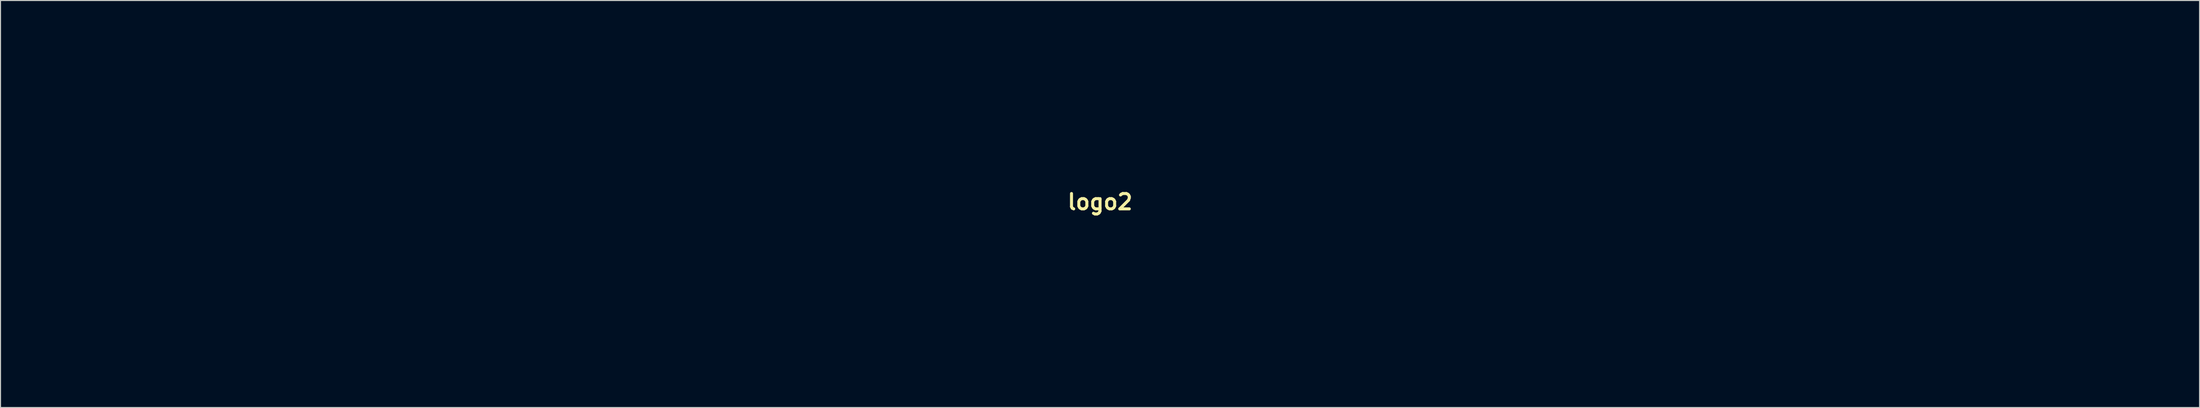
<source format=kicad_pcb>
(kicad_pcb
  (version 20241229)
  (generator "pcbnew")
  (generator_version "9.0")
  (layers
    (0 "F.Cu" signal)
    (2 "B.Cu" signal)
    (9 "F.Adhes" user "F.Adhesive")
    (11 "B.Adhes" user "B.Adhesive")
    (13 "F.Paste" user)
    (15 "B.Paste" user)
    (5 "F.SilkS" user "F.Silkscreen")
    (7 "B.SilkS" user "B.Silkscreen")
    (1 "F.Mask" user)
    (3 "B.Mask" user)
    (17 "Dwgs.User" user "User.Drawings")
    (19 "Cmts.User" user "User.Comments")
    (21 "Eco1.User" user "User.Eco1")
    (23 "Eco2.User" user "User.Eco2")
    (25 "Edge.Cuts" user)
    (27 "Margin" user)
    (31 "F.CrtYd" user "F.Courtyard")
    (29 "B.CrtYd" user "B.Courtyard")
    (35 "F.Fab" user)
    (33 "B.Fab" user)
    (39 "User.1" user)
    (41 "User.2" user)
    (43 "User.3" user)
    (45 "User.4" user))
  (footprint "logo2"
    (layer "F.Cu")
    (at 106.072 16.993)
    (property "Reference" "logo2" (at 0 0 0) (layer "F.SilkS") (effects (font (size 1.524 1.524) (thickness 0.3))))
    (attr board_only exclude_from_pos_files exclude_from_bom)
    (fp_poly (pts (xy -62.248 5.724) (xy -64.037 5.724) (xy -64.037 -3.577) (xy -62.248 -3.577)) (stroke (width 0) (type solid)) (fill yes) (layer "F.Mask"))
    (fp_poly (pts (xy -63.237 -7.091) (xy -62.57 -6.737) (xy -62.286 -6.105) (xy -62.478 -5.48) (xy -62.66 -5.325) (xy -63.319 -5.04) (xy -63.825 -5.307) (xy -64.033 -5.541) (xy -64.324 -6.285) (xy -64.056 -6.884) (xy -63.35 -7.102)) (stroke (width 0) (type solid)) (fill yes) (layer "F.Mask"))
    (fp_poly (pts (xy 64.394 4.293) (xy 67.077 4.293) (xy 68.449 4.31) (xy 69.254 4.387) (xy 69.64 4.564) (xy 69.756 4.88) (xy 69.761 5.008) (xy 69.711 5.334) (xy 69.478 5.543) (xy 68.93 5.66) (xy 67.939 5.712) (xy 66.375 5.724) (xy 66.183 5.724) (xy 62.606 5.724) (xy 62.606 -7.155) (xy 64.394 -7.155)) (stroke (width 0) (type solid)) (fill yes) (layer "F.Mask"))
    (fp_poly (pts (xy 12.273 -7.149) (xy 13.57 -7.119) (xy 14.38 -7.048) (xy 14.817 -6.917) (xy 14.994 -6.711) (xy 15.025 -6.439) (xy 14.94 -6.026) (xy 14.571 -5.811) (xy 13.748 -5.732) (xy 13.058 -5.724) (xy 11.09 -5.724) (xy 11.09 5.724) (xy 9.301 5.724) (xy 9.301 -5.724) (xy 7.513 -5.724) (xy 6.44 -5.762) (xy 5.905 -5.922) (xy 5.732 -6.274) (xy 5.724 -6.439) (xy 5.763 -6.732) (xy 5.958 -6.931) (xy 6.421 -7.056) (xy 7.267 -7.123) (xy 8.61 -7.15) (xy 10.375 -7.155)) (stroke (width 0) (type solid)) (fill yes) (layer "F.Mask"))
    (fp_poly (pts (xy 19.562 -3.333) (xy 19.656 -2.787) (xy 19.374 -2.223) (xy 18.963 -1.968) (xy 18.158 -1.615) (xy 17.632 -1.072) (xy 17.33 -0.201) (xy 17.196 1.139) (xy 17.172 2.53) (xy 17.165 4.047) (xy 17.117 4.986) (xy 16.99 5.487) (xy 16.746 5.687) (xy 16.345 5.724) (xy 16.277 5.724) (xy 15.383 5.724) (xy 15.383 1.073) (xy 15.389 -0.825) (xy 15.419 -2.123) (xy 15.49 -2.932) (xy 15.621 -3.369) (xy 15.827 -3.546) (xy 16.099 -3.577) (xy 16.685 -3.337) (xy 16.814 -2.8) (xy 16.814 -2.022) (xy 17.642 -2.8) (xy 18.41 -3.353) (xy 19.073 -3.577)) (stroke (width 0) (type solid)) (fill yes) (layer "F.Mask"))
    (fp_poly (pts (xy -88.931 -7.079) (xy -87.494 -6.966) (xy -86.616 -6.808) (xy -85.021 -6.055) (xy -83.845 -4.852) (xy -83.085 -3.328) (xy -82.739 -1.612) (xy -82.803 0.169) (xy -83.274 1.886) (xy -84.15 3.411) (xy -85.426 4.615) (xy -86.906 5.316) (xy -88.006 5.534) (xy -89.463 5.682) (xy -90.649 5.724) (xy -93.031 5.724) (xy -93.009 4.293) (xy -91.225 4.293) (xy -89.49 4.293) (xy -87.765 4.066) (xy -86.538 3.476) (xy -85.398 2.327) (xy -84.706 0.833) (xy -84.463 -0.827) (xy -84.669 -2.478) (xy -85.323 -3.94) (xy -86.425 -5.039) (xy -86.546 -5.114) (xy -87.671 -5.525) (xy -89.123 -5.718) (xy -89.402 -5.724) (xy -91.225 -5.724) (xy -91.225 4.293) (xy -93.009 4.293) (xy -92.933 -0.626) (xy -92.835 -6.976) (xy -90.429 -7.082)) (stroke (width 0) (type solid)) (fill yes) (layer "F.Mask"))
    (fp_poly (pts (xy 36.371 -3.531) (xy 37.752 -2.971) (xy 38.871 -1.973) (xy 39.623 -0.628) (xy 39.902 0.972) (xy 39.644 2.618) (xy 38.833 4.092) (xy 37.579 5.126) (xy 36.046 5.654) (xy 34.4 5.612) (xy 33.185 5.164) (xy 32.063 4.184) (xy 31.383 2.822) (xy 31.145 1.258) (xy 31.189 0.914) (xy 32.913 0.914) (xy 33.165 2.486) (xy 33.874 3.615) (xy 34.972 4.217) (xy 35.627 4.293) (xy 36.57 4.159) (xy 37.238 3.632) (xy 37.587 3.13) (xy 38.137 1.758) (xy 38.171 0.387) (xy 37.753 -0.826) (xy 36.942 -1.719) (xy 35.802 -2.135) (xy 35.554 -2.146) (xy 34.255 -1.847) (xy 33.367 -0.989) (xy 32.942 0.365) (xy 32.913 0.914) (xy 31.189 0.914) (xy 31.348 -0.33) (xy 31.989 -1.762) (xy 33.069 -2.858) (xy 33.242 -2.967) (xy 34.832 -3.56)) (stroke (width 0) (type solid)) (fill yes) (layer "F.Mask"))
    (fp_poly (pts (xy -67.486 -3.483) (xy -66.77 -3.095) (xy -66.541 -2.533) (xy -66.679 -2.155) (xy -67.205 -1.978) (xy -68.24 -1.945) (xy -69.278 -1.918) (xy -69.784 -1.753) (xy -69.936 -1.375) (xy -69.939 -1.252) (xy -69.627 -0.594) (xy -68.662 0.127) (xy -68.247 0.357) (xy -66.885 1.33) (xy -66.159 2.391) (xy -66.01 3.446) (xy -66.381 4.399) (xy -67.216 5.154) (xy -68.458 5.617) (xy -70.05 5.692) (xy -71.301 5.473) (xy -71.795 5.065) (xy -71.832 4.71) (xy -71.625 4.357) (xy -71.072 4.21) (xy -70.001 4.226) (xy -69.878 4.234) (xy -68.769 4.268) (xy -68.168 4.144) (xy -67.874 3.802) (xy -67.804 3.611) (xy -67.702 2.857) (xy -68.039 2.289) (xy -68.924 1.771) (xy -69.444 1.552) (xy -70.716 0.778) (xy -71.437 -0.223) (xy -71.57 -1.319) (xy -71.08 -2.376) (xy -70.607 -2.836) (xy -69.603 -3.368) (xy -68.496 -3.579)) (stroke (width 0) (type solid)) (fill yes) (layer "F.Mask"))
    (fp_poly (pts (xy -48.06 -3.329) (xy -47.938 -2.836) (xy -47.938 -2.095) (xy -46.995 -2.836) (xy -45.664 -3.505) (xy -44.328 -3.497) (xy -43.118 -2.826) (xy -42.783 -2.477) (xy -42.355 -1.916) (xy -42.084 -1.345) (xy -41.934 -0.587) (xy -41.87 0.535) (xy -41.856 2.174) (xy -41.862 3.79) (xy -41.901 4.822) (xy -42.005 5.4) (xy -42.209 5.656) (xy -42.546 5.722) (xy -42.751 5.724) (xy -43.166 5.7) (xy -43.428 5.539) (xy -43.571 5.105) (xy -43.631 4.266) (xy -43.645 2.885) (xy -43.645 2.351) (xy -43.698 0.44) (xy -43.887 -0.863) (xy -44.256 -1.661) (xy -44.849 -2.054) (xy -45.583 -2.146) (xy -46.436 -1.993) (xy -47.021 -1.47) (xy -47.38 -0.486) (xy -47.551 1.049) (xy -47.58 2.443) (xy -47.587 3.984) (xy -47.632 4.947) (xy -47.753 5.467) (xy -47.986 5.68) (xy -48.37 5.724) (xy -48.475 5.724) (xy -49.369 5.724) (xy -49.369 1.073) (xy -49.363 -0.825) (xy -49.333 -2.123) (xy -49.262 -2.932) (xy -49.132 -3.369) (xy -48.925 -3.546) (xy -48.654 -3.577)) (stroke (width 0) (type solid)) (fill yes) (layer "F.Mask"))
    (fp_poly (pts (xy 1.937 -3.528) (xy 2.146 -3.437) (xy 2.022 -3.02) (xy 1.687 -2.081) (xy 1.195 -0.764) (xy 0.603 0.789) (xy -0.034 2.434) (xy -0.662 4.029) (xy -1.225 5.432) (xy -1.666 6.498) (xy -1.925 7.073) (xy -2.501 7.916) (xy -3.314 8.804) (xy -4.167 9.553) (xy -4.866 9.979) (xy -5.047 10.017) (xy -5.451 9.73) (xy -5.614 9.429) (xy -5.505 8.751) (xy -4.878 8.139) (xy -4.006 7.302) (xy -3.388 6.419) (xy -3.184 5.954) (xy -3.11 5.474) (xy -3.195 4.843) (xy -3.468 3.921) (xy -3.958 2.574) (xy -4.471 1.234) (xy -5.086 -0.381) (xy -5.592 -1.758) (xy -5.941 -2.759) (xy -6.081 -3.243) (xy -6.082 -3.255) (xy -5.776 -3.5) (xy -5.217 -3.577) (xy -4.809 -3.514) (xy -4.468 -3.246) (xy -4.125 -2.652) (xy -3.714 -1.614) (xy -3.164 -0.013) (xy -3.153 0.02) (xy -1.954 3.618) (xy -0.775 0.02) (xy -0.232 -1.591) (xy 0.175 -2.637) (xy 0.513 -3.237) (xy 0.85 -3.511) (xy 1.256 -3.577) (xy 1.275 -3.577)) (stroke (width 0) (type solid)) (fill yes) (layer "F.Mask"))
    (fp_poly (pts (xy 28.977 1.073) (xy 28.971 2.972) (xy 28.941 4.269) (xy 28.87 5.079) (xy 28.74 5.515) (xy 28.533 5.692) (xy 28.262 5.724) (xy 27.668 5.475) (xy 27.546 4.982) (xy 27.546 4.241) (xy 26.604 4.982) (xy 25.33 5.59) (xy 23.916 5.664) (xy 22.649 5.189) (xy 22.632 5.177) (xy 21.895 4.298) (xy 21.405 2.845) (xy 21.152 0.777) (xy 21.109 -0.805) (xy 21.118 -2.197) (xy 21.18 -3.022) (xy 21.343 -3.429) (xy 21.654 -3.564) (xy 22.001 -3.577) (xy 22.429 -3.551) (xy 22.693 -3.378) (xy 22.832 -2.92) (xy 22.886 -2.036) (xy 22.896 -0.588) (xy 22.896 -0.437) (xy 22.946 1.392) (xy 23.109 2.636) (xy 23.401 3.419) (xy 23.453 3.498) (xy 24.298 4.164) (xy 25.377 4.209) (xy 26.394 3.736) (xy 26.767 3.413) (xy 27.002 2.976) (xy 27.129 2.267) (xy 27.18 1.126) (xy 27.189 -0.199) (xy 27.195 -1.768) (xy 27.238 -2.756) (xy 27.352 -3.297) (xy 27.574 -3.526) (xy 27.94 -3.577) (xy 28.083 -3.577) (xy 28.977 -3.577)) (stroke (width 0) (type solid)) (fill yes) (layer "F.Mask"))
    (fp_poly (pts (xy 43.166 -3.329) (xy 43.287 -2.836) (xy 43.287 -2.095) (xy 44.23 -2.836) (xy 45.561 -3.505) (xy 46.897 -3.497) (xy 48.108 -2.826) (xy 48.443 -2.477) (xy 48.87 -1.916) (xy 49.141 -1.345) (xy 49.291 -0.587) (xy 49.356 0.535) (xy 49.369 2.174) (xy 49.363 3.79) (xy 49.325 4.822) (xy 49.22 5.4) (xy 49.016 5.656) (xy 48.68 5.722) (xy 48.475 5.724) (xy 48.059 5.7) (xy 47.798 5.539) (xy 47.654 5.105) (xy 47.594 4.266) (xy 47.58 2.885) (xy 47.58 2.351) (xy 47.527 0.44) (xy 47.338 -0.863) (xy 46.969 -1.661) (xy 46.377 -2.054) (xy 45.643 -2.146) (xy 44.79 -1.993) (xy 44.204 -1.47) (xy 43.846 -0.486) (xy 43.675 1.049) (xy 43.645 2.443) (xy 43.638 3.984) (xy 43.593 4.947) (xy 43.472 5.467) (xy 43.239 5.68) (xy 42.856 5.724) (xy 42.751 5.724) (xy 41.856 5.724) (xy 41.856 1.073) (xy 41.862 -0.825) (xy 41.892 -2.123) (xy 41.964 -2.932) (xy 42.094 -3.369) (xy 42.3 -3.546) (xy 42.572 -3.577)) (stroke (width 0) (type solid)) (fill yes) (layer "F.Mask"))
    (fp_poly (pts (xy -75.968 -3.368) (xy -74.701 -2.658) (xy -73.786 -1.48) (xy -73.355 0.084) (xy -73.338 0.487) (xy -73.366 0.927) (xy -73.541 1.202) (xy -74.005 1.36) (xy -74.896 1.445) (xy -76.354 1.503) (xy -76.468 1.506) (xy -77.969 1.568) (xy -78.886 1.657) (xy -79.354 1.807) (xy -79.504 2.057) (xy -79.489 2.325) (xy -79.002 3.382) (xy -77.957 4.031) (xy -76.399 4.248) (xy -75.945 4.232) (xy -74.823 4.2) (xy -74.247 4.309) (xy -74.059 4.601) (xy -74.053 4.702) (xy -74.345 5.327) (xy -74.619 5.507) (xy -75.513 5.667) (xy -76.76 5.691) (xy -78.009 5.589) (xy -78.883 5.386) (xy -80.02 4.569) (xy -80.77 3.323) (xy -81.13 1.822) (xy -81.097 0.241) (xy -80.932 -0.332) (xy -79.42 -0.332) (xy -79.334 0.054) (xy -78.969 0.263) (xy -78.162 0.346) (xy -77.273 0.358) (xy -76.065 0.328) (xy -75.412 0.205) (xy -75.156 -0.058) (xy -75.127 -0.289) (xy -75.45 -1.305) (xy -76.282 -2.086) (xy -76.77 -2.295) (xy -77.621 -2.228) (xy -78.523 -1.723) (xy -79.208 -0.979) (xy -79.42 -0.332) (xy -80.932 -0.332) (xy -80.668 -1.246) (xy -79.84 -2.463) (xy -79.031 -3.057) (xy -77.456 -3.528)) (stroke (width 0) (type solid)) (fill yes) (layer "F.Mask"))
    (fp_poly (pts (xy -34.469 -3.368) (xy -33.202 -2.658) (xy -32.287 -1.48) (xy -31.856 0.084) (xy -31.839 0.487) (xy -31.867 0.927) (xy -32.043 1.202) (xy -32.506 1.36) (xy -33.397 1.445) (xy -34.855 1.503) (xy -34.97 1.506) (xy -36.47 1.568) (xy -37.388 1.657) (xy -37.855 1.807) (xy -38.005 2.057) (xy -37.99 2.325) (xy -37.504 3.382) (xy -36.458 4.031) (xy -34.9 4.248) (xy -34.447 4.232) (xy -33.324 4.2) (xy -32.749 4.309) (xy -32.56 4.601) (xy -32.554 4.702) (xy -32.846 5.327) (xy -33.121 5.507) (xy -34.015 5.667) (xy -35.261 5.691) (xy -36.511 5.589) (xy -37.385 5.386) (xy -38.521 4.569) (xy -39.271 3.323) (xy -39.631 1.822) (xy -39.598 0.241) (xy -39.433 -0.332) (xy -37.921 -0.332) (xy -37.835 0.054) (xy -37.47 0.263) (xy -36.663 0.346) (xy -35.775 0.358) (xy -34.566 0.328) (xy -33.913 0.205) (xy -33.657 -0.058) (xy -33.628 -0.289) (xy -33.951 -1.305) (xy -34.783 -2.086) (xy -35.271 -2.295) (xy -36.122 -2.228) (xy -37.024 -1.723) (xy -37.709 -0.979) (xy -37.921 -0.332) (xy -39.433 -0.332) (xy -39.169 -1.246) (xy -38.341 -2.463) (xy -37.533 -3.057) (xy -35.957 -3.528)) (stroke (width 0) (type solid)) (fill yes) (layer "F.Mask"))
    (fp_poly (pts (xy -21.823 -0.894) (xy -21.826 1.43) (xy -21.842 3.136) (xy -21.882 4.317) (xy -21.956 5.071) (xy -22.074 5.492) (xy -22.248 5.678) (xy -22.488 5.723) (xy -22.549 5.724) (xy -23.236 5.495) (xy -23.479 5.196) (xy -23.7 4.872) (xy -24.128 4.923) (xy -24.702 5.196) (xy -26.222 5.671) (xy -27.685 5.568) (xy -28.542 5.166) (xy -29.623 4.01) (xy -30.243 2.507) (xy -30.386 1.006) (xy -28.62 1.006) (xy -28.481 2.404) (xy -28.02 3.36) (xy -27.89 3.51) (xy -26.852 4.154) (xy -25.64 4.237) (xy -24.525 3.754) (xy -24.327 3.577) (xy -23.831 2.8) (xy -23.626 1.646) (xy -23.611 1.073) (xy -23.835 -0.543) (xy -24.5 -1.606) (xy -25.597 -2.106) (xy -26.115 -2.146) (xy -27.371 -1.856) (xy -28.203 -0.999) (xy -28.592 0.4) (xy -28.62 1.006) (xy -30.386 1.006) (xy -30.401 0.848) (xy -30.101 -0.78) (xy -29.344 -2.187) (xy -28.472 -2.988) (xy -27.184 -3.48) (xy -25.748 -3.512) (xy -24.494 -3.079) (xy -24.406 -3.021) (xy -23.611 -2.464) (xy -23.611 -4.988) (xy -23.598 -6.303) (xy -23.523 -7.058) (xy -23.33 -7.407) (xy -22.965 -7.508) (xy -22.717 -7.513) (xy -21.823 -7.513)) (stroke (width 0) (type solid)) (fill yes) (layer "F.Mask"))
    (fp_poly (pts (xy -14.023 -7.476) (xy -13.756 -7.263) (xy -13.632 -6.719) (xy -13.596 -5.688) (xy -13.594 -4.988) (xy -13.594 -2.464) (xy -12.799 -3.021) (xy -11.909 -3.393) (xy -10.772 -3.574) (xy -10.617 -3.577) (xy -9.238 -3.268) (xy -8.152 -2.436) (xy -7.395 -1.224) (xy -7.001 0.223) (xy -7.004 1.762) (xy -7.438 3.25) (xy -8.337 4.543) (xy -8.624 4.807) (xy -9.93 5.535) (xy -11.342 5.727) (xy -12.638 5.374) (xy -13.169 4.995) (xy -13.952 4.265) (xy -13.952 4.995) (xy -14.198 5.602) (xy -14.668 5.724) (xy -14.919 5.694) (xy -15.103 5.541) (xy -15.231 5.168) (xy -15.313 4.479) (xy -15.358 3.38) (xy -15.378 1.774) (xy -15.38 0.943) (xy -13.59 0.943) (xy -13.512 2.274) (xy -13.202 3.34) (xy -13.002 3.639) (xy -12.08 4.181) (xy -10.926 4.257) (xy -9.842 3.873) (xy -9.446 3.54) (xy -8.926 2.546) (xy -8.765 1.073) (xy -8.988 -0.545) (xy -9.655 -1.606) (xy -10.762 -2.105) (xy -11.304 -2.146) (xy -12.448 -1.895) (xy -13.037 -1.351) (xy -13.432 -0.362) (xy -13.59 0.943) (xy -15.38 0.943) (xy -15.383 -0.435) (xy -15.383 -0.894) (xy -15.383 -7.513) (xy -14.489 -7.513)) (stroke (width 0) (type solid)) (fill yes) (layer "F.Mask"))
    (fp_poly (pts (xy 75.312 -3.397) (xy 76.322 -2.811) (xy 77.018 -1.755) (xy 77.438 -0.164) (xy 77.616 2.029) (xy 77.629 2.951) (xy 77.615 4.35) (xy 77.543 5.179) (xy 77.377 5.586) (xy 77.078 5.716) (xy 76.904 5.724) (xy 76.217 5.493) (xy 75.974 5.192) (xy 75.747 4.853) (xy 75.341 4.973) (xy 75.011 5.192) (xy 73.778 5.679) (xy 72.468 5.606) (xy 71.354 4.996) (xy 71.254 4.896) (xy 70.586 3.777) (xy 70.558 3.005) (xy 72.265 3.005) (xy 72.496 3.833) (xy 72.891 4.264) (xy 73.452 4.567) (xy 73.848 4.57) (xy 74.472 4.267) (xy 74.524 4.239) (xy 75.418 3.592) (xy 75.79 2.731) (xy 75.837 2.057) (xy 75.714 1.355) (xy 75.265 1.095) (xy 74.387 1.257) (xy 73.505 1.592) (xy 72.623 2.096) (xy 72.285 2.724) (xy 72.265 3.005) (xy 70.558 3.005) (xy 70.545 2.636) (xy 71.051 1.58) (xy 72.028 0.717) (xy 73.398 0.157) (xy 74.758 0) (xy 75.604 -0.17) (xy 75.821 -0.68) (xy 75.408 -1.53) (xy 75.375 -1.575) (xy 74.543 -2.126) (xy 73.249 -2.204) (xy 72.175 -1.988) (xy 71.456 -1.871) (xy 71.203 -2.121) (xy 71.192 -2.274) (xy 71.521 -2.938) (xy 72.429 -3.39) (xy 73.794 -3.576) (xy 73.95 -3.577)) (stroke (width 0) (type solid)) (fill yes) (layer "F.Mask"))
    (fp_poly (pts (xy -52.279 -3.55) (xy -52.081 -3.396) (xy -51.959 -3.01) (xy -51.898 -2.284) (xy -51.887 -1.112) (xy -51.912 0.612) (xy -51.937 1.782) (xy -51.985 3.847) (xy -52.042 5.323) (xy -52.129 6.336) (xy -52.267 7.014) (xy -52.478 7.482) (xy -52.784 7.866) (xy -53.02 8.108) (xy -53.784 8.715) (xy -54.706 9.051) (xy -56.061 9.216) (xy -57.639 9.218) (xy -58.64 8.958) (xy -58.815 8.847) (xy -59.309 8.302) (xy -59.136 7.935) (xy -58.327 7.764) (xy -57.064 7.796) (xy -55.405 7.756) (xy -54.312 7.3) (xy -53.753 6.41) (xy -53.662 5.648) (xy -53.702 4.942) (xy -53.943 4.843) (xy -54.457 5.167) (xy -55.413 5.581) (xy -56.345 5.724) (xy -57.773 5.407) (xy -58.909 4.542) (xy -59.692 3.26) (xy -60.064 1.689) (xy -60.01 0.773) (xy -58.313 0.773) (xy -58.244 2.141) (xy -57.878 3.298) (xy -57.756 3.498) (xy -56.931 4.118) (xy -55.826 4.288) (xy -54.729 3.99) (xy -54.316 3.701) (xy -53.879 2.912) (xy -53.66 1.715) (xy -53.663 0.384) (xy -53.891 -0.806) (xy -54.254 -1.492) (xy -55.179 -2.036) (xy -56.317 -2.077) (xy -57.378 -1.622) (xy -57.597 -1.431) (xy -58.094 -0.515) (xy -58.313 0.773) (xy -60.01 0.773) (xy -59.962 -0.041) (xy -59.593 -1.24) (xy -58.76 -2.428) (xy -57.538 -3.222) (xy -56.134 -3.555) (xy -54.752 -3.361) (xy -54.099 -3.021) (xy -53.525 -2.664) (xy -53.324 -2.748) (xy -53.304 -3.021) (xy -53.003 -3.479) (xy -52.563 -3.577)) (stroke (width 0) (type solid)) (fill yes) (layer "F.Mask"))
    (fp_poly (pts (xy 59.338 -3.55) (xy 59.535 -3.396) (xy 59.658 -3.01) (xy 59.719 -2.284) (xy 59.73 -1.112) (xy 59.704 0.612) (xy 59.68 1.782) (xy 59.631 3.847) (xy 59.575 5.323) (xy 59.488 6.336) (xy 59.35 7.014) (xy 59.139 7.482) (xy 58.833 7.866) (xy 58.597 8.108) (xy 57.833 8.715) (xy 56.911 9.051) (xy 55.556 9.216) (xy 53.978 9.218) (xy 52.977 8.958) (xy 52.802 8.847) (xy 52.308 8.302) (xy 52.481 7.935) (xy 53.29 7.764) (xy 54.552 7.796) (xy 56.211 7.756) (xy 57.305 7.3) (xy 57.864 6.41) (xy 57.955 5.648) (xy 57.915 4.942) (xy 57.674 4.843) (xy 57.16 5.167) (xy 56.204 5.581) (xy 55.272 5.724) (xy 53.844 5.407) (xy 52.708 4.542) (xy 51.925 3.26) (xy 51.553 1.689) (xy 51.607 0.773) (xy 53.304 0.773) (xy 53.373 2.141) (xy 53.738 3.298) (xy 53.861 3.498) (xy 54.686 4.118) (xy 55.791 4.288) (xy 56.888 3.99) (xy 57.301 3.701) (xy 57.738 2.912) (xy 57.957 1.715) (xy 57.954 0.384) (xy 57.726 -0.806) (xy 57.363 -1.492) (xy 56.438 -2.036) (xy 55.3 -2.077) (xy 54.239 -1.622) (xy 54.02 -1.431) (xy 53.523 -0.515) (xy 53.304 0.773) (xy 51.607 0.773) (xy 51.655 -0.041) (xy 52.024 -1.24) (xy 52.857 -2.428) (xy 54.079 -3.222) (xy 55.483 -3.555) (xy 56.865 -3.361) (xy 57.518 -3.021) (xy 58.092 -2.664) (xy 58.293 -2.748) (xy 58.313 -3.021) (xy 58.614 -3.479) (xy 59.054 -3.577)) (stroke (width 0) (type solid)) (fill yes) (layer "F.Mask"))
    (fp_poly (pts (xy 81.437 -3.337) (xy 81.566 -2.8) (xy 81.566 -2.022) (xy 82.394 -2.8) (xy 83.521 -3.437) (xy 84.794 -3.534) (xy 85.949 -3.086) (xy 86.231 -2.847) (xy 86.961 -2.117) (xy 87.89 -2.847) (xy 89.19 -3.494) (xy 90.477 -3.489) (xy 91.606 -2.885) (xy 92.433 -1.732) (xy 92.64 -1.152) (xy 92.824 -0.127) (xy 92.957 1.313) (xy 93.012 2.864) (xy 93.012 2.951) (xy 93.003 4.344) (xy 92.941 5.169) (xy 92.778 5.575) (xy 92.467 5.711) (xy 92.12 5.724) (xy 91.692 5.697) (xy 91.429 5.525) (xy 91.289 5.066) (xy 91.235 4.183) (xy 91.225 2.735) (xy 91.225 2.584) (xy 91.142 0.544) (xy 90.872 -0.869) (xy 90.385 -1.731) (xy 89.65 -2.112) (xy 89.258 -2.146) (xy 88.409 -1.946) (xy 87.821 -1.297) (xy 87.463 -0.125) (xy 87.305 1.641) (xy 87.29 2.584) (xy 87.283 4.085) (xy 87.233 5.01) (xy 87.103 5.499) (xy 86.851 5.69) (xy 86.439 5.724) (xy 86.396 5.724) (xy 85.974 5.699) (xy 85.711 5.531) (xy 85.57 5.084) (xy 85.513 4.221) (xy 85.501 2.804) (xy 85.501 2.481) (xy 85.449 0.507) (xy 85.271 -0.849) (xy 84.936 -1.68) (xy 84.413 -2.077) (xy 83.934 -2.146) (xy 83.077 -1.994) (xy 82.488 -1.476) (xy 82.127 -0.5) (xy 81.955 1.026) (xy 81.924 2.443) (xy 81.917 3.984) (xy 81.872 4.947) (xy 81.751 5.467) (xy 81.518 5.68) (xy 81.134 5.724) (xy 81.03 5.724) (xy 80.135 5.724) (xy 80.135 1.073) (xy 80.141 -0.825) (xy 80.171 -2.123) (xy 80.242 -2.932) (xy 80.373 -3.369) (xy 80.579 -3.546) (xy 80.851 -3.577)) (stroke (width 0) (type solid)) (fill yes) (layer "F.Mask"))
    (fp_poly (pts (xy 9.781 -13.936) (xy 18.872 -13.936) (xy 27.3 -13.935) (xy 35.088 -13.934) (xy 42.264 -13.932) (xy 48.853 -13.929) (xy 54.881 -13.925) (xy 60.373 -13.92) (xy 65.354 -13.913) (xy 69.852 -13.904) (xy 73.89 -13.893) (xy 77.496 -13.88) (xy 80.695 -13.865) (xy 83.512 -13.847) (xy 85.972 -13.827) (xy 88.103 -13.804) (xy 89.929 -13.777) (xy 91.477 -13.748) (xy 92.771 -13.715) (xy 93.837 -13.678) (xy 94.702 -13.637) (xy 95.39 -13.592) (xy 95.928 -13.544) (xy 96.342 -13.49) (xy 96.656 -13.432) (xy 96.897 -13.369) (xy 97.09 -13.302) (xy 97.261 -13.229) (xy 97.307 -13.208) (xy 99.485 -11.875) (xy 101.151 -10.058) (xy 101.721 -9.123) (xy 101.998 -8.549) (xy 102.205 -7.924) (xy 102.353 -7.128) (xy 102.458 -6.043) (xy 102.531 -4.549) (xy 102.587 -2.527) (xy 102.616 -1.073) (xy 102.64 1.68) (xy 102.605 4.042) (xy 102.513 5.913) (xy 102.37 7.192) (xy 102.334 7.372) (xy 101.478 9.637) (xy 100.014 11.554) (xy 97.988 13.06) (xy 97.951 13.08) (xy 96.055 14.131) (xy 0.894 14.183) (xy -7.327 14.187) (xy -15.37 14.188) (xy -23.206 14.187) (xy -30.803 14.183) (xy -38.132 14.178) (xy -45.163 14.171) (xy -51.866 14.162) (xy -58.21 14.151) (xy -64.167 14.138) (xy -69.706 14.124) (xy -74.797 14.108) (xy -79.409 14.09) (xy -83.514 14.071) (xy -87.08 14.051) (xy -90.079 14.029) (xy -92.479 14.007) (xy -94.252 13.983) (xy -95.366 13.958) (xy -95.784 13.934) (xy -97.682 13.245) (xy -99.504 12.03) (xy -101.016 10.461) (xy -101.502 9.737) (xy -102.494 8.049) (xy -102.494 1.49) (xy -102.278 1.49) (xy -102.237 3.821) (xy -102.133 5.669) (xy -101.972 6.906) (xy -101.167 9.233) (xy -99.827 11.116) (xy -97.992 12.502) (xy -97.554 12.723) (xy -95.697 13.587) (xy 0.019 13.591) (xy 95.736 13.594) (xy 97.627 12.652) (xy 99.6 11.301) (xy 101.026 9.489) (xy 101.902 7.22) (xy 101.973 6.903) (xy 102.159 5.538) (xy 102.268 3.719) (xy 102.306 1.601) (xy 102.279 -0.658) (xy 102.19 -2.905) (xy 102.046 -4.982) (xy 101.85 -6.733) (xy 101.609 -8.003) (xy 101.474 -8.407) (xy 100.18 -10.485) (xy 98.319 -12.141) (xy 97.486 -12.643) (xy 96.055 -13.415) (xy -96.055 -13.415) (xy -97.486 -12.643) (xy -99.564 -11.123) (xy -101.182 -9.081) (xy -101.46 -8.586) (xy -101.713 -7.994) (xy -101.902 -7.241) (xy -102.039 -6.207) (xy -102.138 -4.773) (xy -102.211 -2.821) (xy -102.251 -1.207) (xy -102.278 1.49) (xy -102.494 1.49) (xy -102.494 0.179) (xy -102.49 -2.413) (xy -102.473 -4.394) (xy -102.432 -5.87) (xy -102.361 -6.948) (xy -102.249 -7.731) (xy -102.089 -8.325) (xy -101.871 -8.836) (xy -101.722 -9.123) (xy -100.252 -11.165) (xy -98.299 -12.696) (xy -97.307 -13.208) (xy -97.138 -13.282) (xy -96.953 -13.351) (xy -96.728 -13.416) (xy -96.436 -13.475) (xy -96.053 -13.529) (xy -95.551 -13.58) (xy -94.906 -13.625) (xy -94.092 -13.667) (xy -93.083 -13.705) (xy -91.854 -13.739) (xy -90.378 -13.77) (xy -88.631 -13.797) (xy -86.585 -13.821) (xy -84.217 -13.842) (xy -81.5 -13.861) (xy -78.408 -13.876) (xy -74.916 -13.89) (xy -70.998 -13.901) (xy -66.628 -13.91) (xy -61.781 -13.918) (xy -56.431 -13.924) (xy -50.552 -13.928) (xy -44.119 -13.932) (xy -37.106 -13.934) (xy -29.487 -13.935) (xy -21.236 -13.936) (xy -12.329 -13.936) (xy -2.738 -13.936) (xy 0 -13.936)) (stroke (width 0) (type solid)) (fill yes) (layer "F.Mask"))
    (fp_poly (pts (xy 99.632 -16.107) (xy 101.86 -14.651) (xy 103.795 -12.706) (xy 105.196 -10.544) (xy 105.466 -9.974) (xy 105.674 -9.432) (xy 105.828 -8.819) (xy 105.936 -8.035) (xy 106.006 -6.981) (xy 106.047 -5.556) (xy 106.066 -3.663) (xy 106.072 -1.2) (xy 106.072 0.179) (xy 106.072 9.123) (xy 105.012 11.036) (xy 103.671 12.962) (xy 101.949 14.709) (xy 100.059 16.084) (xy 98.825 16.692) (xy 98.633 16.759) (xy 98.398 16.822) (xy 98.096 16.88) (xy 97.699 16.933) (xy 97.183 16.983) (xy 96.522 17.028) (xy 95.691 17.07) (xy 94.663 17.109) (xy 93.414 17.143) (xy 91.917 17.175) (xy 90.148 17.204) (xy 88.08 17.229) (xy 85.688 17.253) (xy 82.946 17.273) (xy 79.829 17.292) (xy 76.311 17.308) (xy 72.367 17.322) (xy 67.97 17.335) (xy 63.096 17.346) (xy 57.719 17.356) (xy 51.813 17.364) (xy 45.352 17.372) (xy 38.311 17.378) (xy 30.665 17.385) (xy 22.388 17.39) (xy 13.453 17.396) (xy 3.836 17.401) (xy 0.894 17.403) (xy -7.373 17.406) (xy -15.462 17.408) (xy -23.342 17.407) (xy -30.985 17.404) (xy -38.36 17.399) (xy -45.437 17.392) (xy -52.187 17.383) (xy -58.579 17.373) (xy -64.585 17.361) (xy -70.174 17.347) (xy -75.316 17.332) (xy -79.982 17.315) (xy -84.141 17.297) (xy -87.765 17.278) (xy -90.823 17.257) (xy -93.285 17.235) (xy -95.122 17.212) (xy -96.304 17.188) (xy -96.801 17.163) (xy -96.804 17.163) (xy -99.534 16.264) (xy -101.955 14.756) (xy -103.966 12.715) (xy -105.12 10.926) (xy -106.072 9.123) (xy -106.072 0.179) (xy -106.072 -0.026) (xy -105.175 -0.026) (xy -105.157 2.287) (xy -105.108 4.436) (xy -105.033 6.287) (xy -104.937 7.71) (xy -104.827 8.571) (xy -104.808 8.649) (xy -104.096 10.34) (xy -102.963 12.095) (xy -101.613 13.63) (xy -100.706 14.381) (xy -100.425 14.586) (xy -100.182 14.777) (xy -99.951 14.954) (xy -99.707 15.118) (xy -99.423 15.27) (xy -99.076 15.409) (xy -98.639 15.536) (xy -98.086 15.652) (xy -97.393 15.757) (xy -96.534 15.852) (xy -95.483 15.937) (xy -94.216 16.013) (xy -92.706 16.08) (xy -90.928 16.139) (xy -88.857 16.189) (xy -86.468 16.233) (xy -83.734 16.27) (xy -80.631 16.3) (xy -77.132 16.324) (xy -73.214 16.343) (xy -68.849 16.358) (xy -64.013 16.367) (xy -58.68 16.373) (xy -52.825 16.376) (xy -46.422 16.376) (xy -39.447 16.373) (xy -31.872 16.368) (xy -23.674 16.362) (xy -14.827 16.355) (xy -5.304 16.347) (xy 0.715 16.343) (xy 10.713 16.335) (xy 20.019 16.327) (xy 28.657 16.318) (xy 36.651 16.309) (xy 44.026 16.298) (xy 50.804 16.287) (xy 57.01 16.274) (xy 62.668 16.26) (xy 67.802 16.245) (xy 72.435 16.228) (xy 76.592 16.209) (xy 80.296 16.189) (xy 83.572 16.166) (xy 86.442 16.142) (xy 88.932 16.115) (xy 91.065 16.085) (xy 92.864 16.053) (xy 94.354 16.019) (xy 95.559 15.981) (xy 96.502 15.941) (xy 97.208 15.897) (xy 97.7 15.851) (xy 98.003 15.801) (xy 98.085 15.776) (xy 100.088 14.714) (xy 101.98 13.163) (xy 103.516 11.337) (xy 103.89 10.732) (xy 104.999 8.765) (xy 105.113 0.793) (xy 105.143 -1.943) (xy 105.144 -4.069) (xy 105.109 -5.694) (xy 105.034 -6.922) (xy 104.914 -7.86) (xy 104.742 -8.615) (xy 104.646 -8.927) (xy 103.702 -10.842) (xy 102.242 -12.685) (xy 100.453 -14.248) (xy 99.319 -14.953) (xy 97.486 -15.92) (xy -97.486 -15.92) (xy -99.319 -14.953) (xy -100.633 -14.099) (xy -101.969 -12.985) (xy -102.601 -12.339) (xy -103.397 -11.375) (xy -104.011 -10.442) (xy -104.467 -9.428) (xy -104.788 -8.226) (xy -104.996 -6.724) (xy -105.114 -4.813) (xy -105.166 -2.384) (xy -105.175 -0.026) (xy -106.072 -0.026) (xy -106.07 -2.585) (xy -106.058 -4.733) (xy -106.029 -6.365) (xy -105.973 -7.581) (xy -105.884 -8.479) (xy -105.753 -9.159) (xy -105.571 -9.722) (xy -105.331 -10.267) (xy -105.196 -10.544) (xy -103.75 -12.762) (xy -101.804 -14.697) (xy -99.632 -16.107) (xy -97.844 -16.993) (xy 97.844 -16.993)) (stroke (width 0) (type solid)) (fill yes) (layer "F.Mask")))
  (gr_rect
    (start -3 -3)
    (end 215.144 37.4)
    (stroke (width 0.1) (type default))
    (fill no)
    (layer "Edge.Cuts")))
</source>
